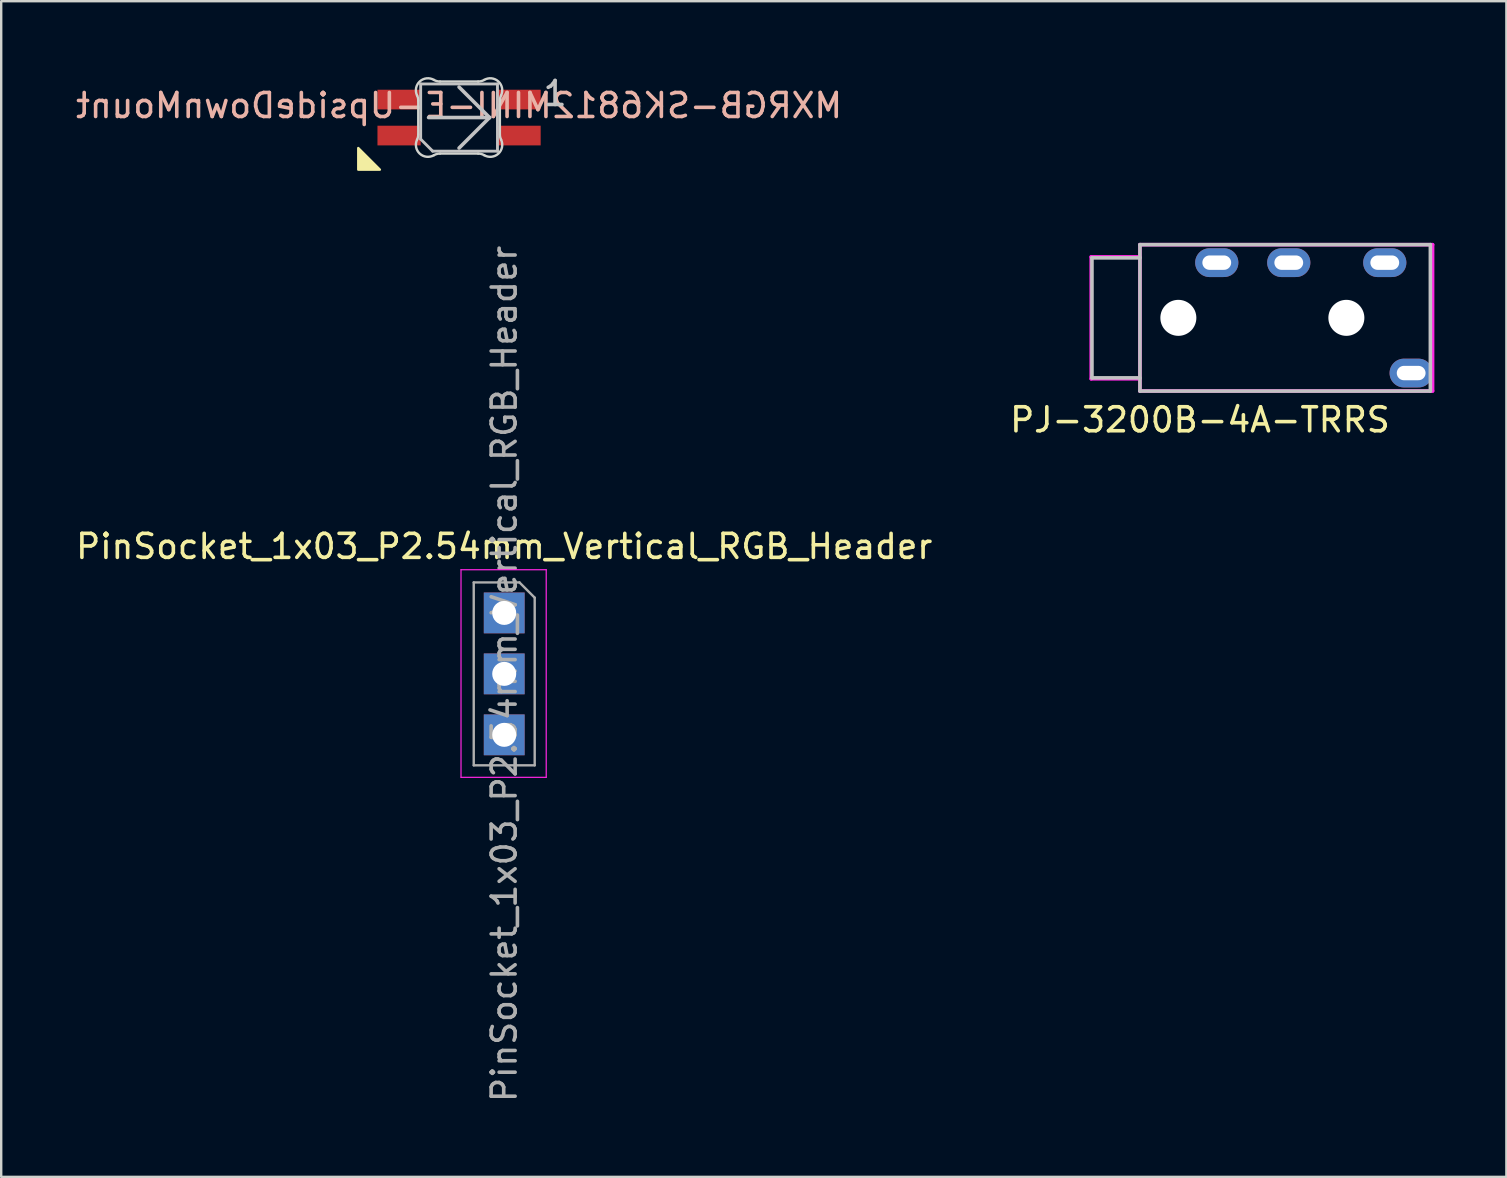
<source format=kicad_pcb>
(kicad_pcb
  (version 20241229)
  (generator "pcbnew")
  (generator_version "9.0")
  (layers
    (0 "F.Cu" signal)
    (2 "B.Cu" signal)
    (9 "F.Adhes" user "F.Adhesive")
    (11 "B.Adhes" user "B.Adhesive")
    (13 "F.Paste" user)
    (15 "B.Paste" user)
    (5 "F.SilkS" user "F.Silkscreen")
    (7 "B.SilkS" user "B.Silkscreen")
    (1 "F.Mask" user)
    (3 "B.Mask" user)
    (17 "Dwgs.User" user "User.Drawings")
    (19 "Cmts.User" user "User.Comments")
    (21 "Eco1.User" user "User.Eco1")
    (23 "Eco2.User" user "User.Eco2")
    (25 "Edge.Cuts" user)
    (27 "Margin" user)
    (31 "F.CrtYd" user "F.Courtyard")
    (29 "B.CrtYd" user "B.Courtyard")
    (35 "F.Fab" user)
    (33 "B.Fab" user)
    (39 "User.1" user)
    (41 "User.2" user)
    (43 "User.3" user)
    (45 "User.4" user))
  (footprint "PinSocket_1x03_P2.54mm_Vertical_RGB_Header"
    (layer "F.Cu")
    (at 17.958 22.487)
    (property "Reference" "PinSocket_1x03_P2.54mm_Vertical_RGB_Header" (at 0 -2.77 0) (layer "F.SilkS") (effects (font (size 1 1) (thickness 0.15))))
    (attr through_hole)
    (fp_line (start -1.8 -1.8) (end 1.75 -1.8) (stroke (width 0.05) (type solid)) (layer "F.CrtYd"))
    (fp_line (start -1.8 6.85) (end -1.8 -1.8) (stroke (width 0.05) (type solid)) (layer "F.CrtYd"))
    (fp_line (start 1.75 -1.8) (end 1.75 6.85) (stroke (width 0.05) (type solid)) (layer "F.CrtYd"))
    (fp_line (start 1.75 6.85) (end -1.8 6.85) (stroke (width 0.05) (type solid)) (layer "F.CrtYd"))
    (fp_line (start -1.27 -1.27) (end 0.635 -1.27) (stroke (width 0.1) (type solid)) (layer "F.Fab"))
    (fp_line (start -1.27 6.35) (end -1.27 -1.27) (stroke (width 0.1) (type solid)) (layer "F.Fab"))
    (fp_line (start 0.635 -1.27) (end 1.27 -0.635) (stroke (width 0.1) (type solid)) (layer "F.Fab"))
    (fp_line (start 1.27 -0.635) (end 1.27 6.35) (stroke (width 0.1) (type solid)) (layer "F.Fab"))
    (fp_line (start 1.27 6.35) (end -1.27 6.35) (stroke (width 0.1) (type solid)) (layer "F.Fab"))
    (fp_text user "${REFERENCE}" (at 0 2.54 90) (layer "F.Fab") (effects (font (size 1 1) (thickness 0.15))))
    (pad "1" thru_hole rect (at 0 0) (size 1.7 1.7) (drill 1) (layers "*.Cu" "*.Mask"))
    (pad "2" thru_hole rect (at 0 2.54) (size 1.7 1.7) (drill 1) (layers "*.Cu" "*.Mask"))
    (pad "3" thru_hole rect (at 0 5.08) (size 1.7 1.7) (drill 1) (layers "*.Cu" "*.Mask")))
  (footprint "PJ-3200B-4A-TRRS"
    (layer "F.Cu")
    (at 44.446 10.193)
    (property "Reference" "PJ-3200B-4A-TRRS" (at 2.5 4.25 0) (layer "F.SilkS") (effects (font (size 1 1) (thickness 0.15))))
    (attr through_hole)
    (fp_line (start -2 2.5) (end -2 -2.5) (stroke (width 0.15) (type solid)) (layer "Dwgs.User"))
    (fp_line (start 0 -3.05) (end 0 3.05) (stroke (width 0.15) (type solid)) (layer "Dwgs.User"))
    (fp_line (start 0 -3.05) (end 12.1 -3.05) (stroke (width 0.15) (type solid)) (layer "Dwgs.User"))
    (fp_line (start 0 -2.5) (end -2 -2.5) (stroke (width 0.15) (type solid)) (layer "Dwgs.User"))
    (fp_line (start 0 2.5) (end -2 2.5) (stroke (width 0.15) (type solid)) (layer "Dwgs.User"))
    (fp_line (start 0 3.05) (end 12.1 3.05) (stroke (width 0.15) (type solid)) (layer "Dwgs.User"))
    (fp_line (start 12.1 -3.05) (end 12.1 3.05) (stroke (width 0.15) (type solid)) (layer "Dwgs.User"))
    (fp_line (start -2.032 -2.54) (end -2.032 2.54) (stroke (width 0.15) (type solid)) (layer "F.CrtYd"))
    (fp_line (start -2.032 2.54) (end 0 2.54) (stroke (width 0.15) (type solid)) (layer "F.CrtYd"))
    (fp_line (start 0 -3.048) (end 12.192 -3.048) (stroke (width 0.15) (type solid)) (layer "F.CrtYd"))
    (fp_line (start 0 -2.54) (end -2.032 -2.54) (stroke (width 0.15) (type solid)) (layer "F.CrtYd"))
    (fp_line (start 0 3.048) (end 0 -3.048) (stroke (width 0.15) (type solid)) (layer "F.CrtYd"))
    (fp_line (start 12.192 -3.048) (end 12.192 3.048) (stroke (width 0.15) (type solid)) (layer "F.CrtYd"))
    (fp_line (start 12.192 3.048) (end 0 3.048) (stroke (width 0.15) (type solid)) (layer "F.CrtYd"))
    (pad "" np_thru_hole circle (at 1.6 0) (size 1.5 1.5) (drill 1.5) (layers "*.Cu" "*.Mask"))
    (pad "" np_thru_hole circle (at 8.6 0) (size 1.5 1.5) (drill 1.5) (layers "*.Cu" "*.Mask"))
    (pad "R1" thru_hole oval (at 10.2 -2.3) (size 1.8 1.2) (drill oval 1.2 0.6) (layers "*.Cu" "*.Mask"))
    (pad "R2" thru_hole oval (at 6.2 -2.3) (size 1.8 1.2) (drill oval 1.2 0.6) (layers "*.Cu" "*.Mask"))
    (pad "S" thru_hole oval (at 3.2 -2.3) (size 1.8 1.2) (drill oval 1.2 0.6) (layers "*.Cu" "*.Mask"))
    (pad "T" thru_hole oval (at 11.3 2.3) (size 1.8 1.2) (drill oval 1.2 0.6) (layers "*.Cu" "*.Mask")))
  (footprint "MXRGB-SK6812MINI-E-UpsideDownMount"
    (layer "F.Cu")
    (at 16.077 1.848)
    (property "Reference" "MXRGB-SK6812MINI-E-UpsideDownMount" (at 0 -0.5 0) (layer "B.SilkS") (effects (font (size 1 1) (thickness 0.15)) (justify mirror)))
    (attr through_hole)
    (fp_poly (pts (xy -4.2 1.27) (xy -3.3 2.17) (xy -4.2 2.17)) (stroke (width 0.1) (type solid)) (fill yes) (layer "F.SilkS"))
    (fp_line (start -1.6 -1.4) (end 1.6 -1.4) (stroke (width 0.12) (type solid)) (layer "Dwgs.User"))
    (fp_line (start -1.6 0.9) (end -1.6 -1.4) (stroke (width 0.12) (type solid)) (layer "Dwgs.User"))
    (fp_line (start -1.6 0.9) (end -1.1 1.4) (stroke (width 0.12) (type solid)) (layer "Dwgs.User"))
    (fp_line (start -1.27 0) (end 1.27 0) (stroke (width 0.15) (type solid)) (layer "Dwgs.User"))
    (fp_line (start 1.27 0) (end 0 -1.27) (stroke (width 0.15) (type solid)) (layer "Dwgs.User"))
    (fp_line (start 1.27 0) (end 0 1.27) (stroke (width 0.15) (type solid)) (layer "Dwgs.User"))
    (fp_line (start 1.6 -1.4) (end 1.6 1.4) (stroke (width 0.12) (type solid)) (layer "Dwgs.User"))
    (fp_line (start 1.6 1.4) (end -1.1 1.4) (stroke (width 0.12) (type solid)) (layer "Dwgs.User"))
    (fp_line (start -1.7 -0.703) (end -1.7 0.703) (stroke (width 0.1) (type solid)) (layer "Edge.Cuts"))
    (fp_line (start -0.794 1.5) (end 0.794 1.5) (stroke (width 0.1) (type solid)) (layer "Edge.Cuts"))
    (fp_line (start 0.794 -1.5) (end -0.794 -1.5) (stroke (width 0.1) (type solid)) (layer "Edge.Cuts"))
    (fp_line (start 1.7 0.703) (end 1.7 -0.703) (stroke (width 0.1) (type solid)) (layer "Edge.Cuts"))
    (fp_arc (start -1.749484 -0.919719) (mid -1.712527 -0.814067) (end -1.699999 -0.702842) (stroke (width 0.1) (type solid)) (layer "Edge.Cuts"))
    (fp_arc (start -1.749484 -0.919719) (mid -1.63807 -1.504033) (end -1.046711 -1.568296) (stroke (width 0.1) (type solid)) (layer "Edge.Cuts"))
    (fp_arc (start -1.699999 0.702843) (mid -1.712527 0.814069) (end -1.749484 0.919721) (stroke (width 0.1) (type solid)) (layer "Edge.Cuts"))
    (fp_arc (start -1.046711 1.5683) (mid -1.638071 1.504036) (end -1.749484 0.919721) (stroke (width 0.1) (type solid)) (layer "Edge.Cuts"))
    (fp_arc (start -1.046711 1.5683) (mid -0.925123 1.517377) (end -0.794453 1.500001) (stroke (width 0.1) (type solid)) (layer "Edge.Cuts"))
    (fp_arc (start -0.794452 -1.499999) (mid -0.925122 -1.517376) (end -1.04671 -1.568298) (stroke (width 0.1) (type solid)) (layer "Edge.Cuts"))
    (fp_arc (start 0.794453 1.5) (mid 0.925123 1.517377) (end 1.046711 1.568299) (stroke (width 0.1) (type solid)) (layer "Edge.Cuts"))
    (fp_arc (start 1.046711 -1.568298) (mid 0.925123 -1.517375) (end 0.794452 -1.499999) (stroke (width 0.1) (type solid)) (layer "Edge.Cuts"))
    (fp_arc (start 1.046711 -1.568298) (mid 1.638071 -1.504033) (end 1.749484 -0.919718) (stroke (width 0.1) (type solid)) (layer "Edge.Cuts"))
    (fp_arc (start 1.699999 -0.702841) (mid 1.712527 -0.814067) (end 1.749484 -0.919719) (stroke (width 0.1) (type solid)) (layer "Edge.Cuts"))
    (fp_arc (start 1.749484 0.919721) (mid 1.63807 1.504035) (end 1.046711 1.568299) (stroke (width 0.1) (type solid)) (layer "Edge.Cuts"))
    (fp_arc (start 1.749484 0.919721) (mid 1.712527 0.814069) (end 1.699999 0.702844) (stroke (width 0.1) (type solid)) (layer "Edge.Cuts"))
    (fp_text user "1" (at 4 -1 0) (layer "Dwgs.User") (effects (font (size 1 1) (thickness 0.15))))
    (pad "3" smd rect (at 2.5 -0.75) (size 1.8 0.82) (layers "F.Cu" "F.Mask" "F.Paste"))
    (pad "4" smd rect (at 2.5 0.75) (size 1.8 0.82) (layers "F.Cu" "F.Mask" "F.Paste"))
    (pad "5" smd rect (at -2.5 0.75) (size 1.8 0.82) (layers "F.Cu" "F.Mask" "F.Paste"))
    (pad "6" smd rect (at -2.5 -0.75) (size 1.8 0.82) (layers "F.Cu" "F.Mask" "F.Paste")))
  (gr_rect
    (start -3 -3)
    (end 59.713 45.985)
    (stroke (width 0.1) (type default))
    (fill no)
    (layer "Edge.Cuts")))
</source>
